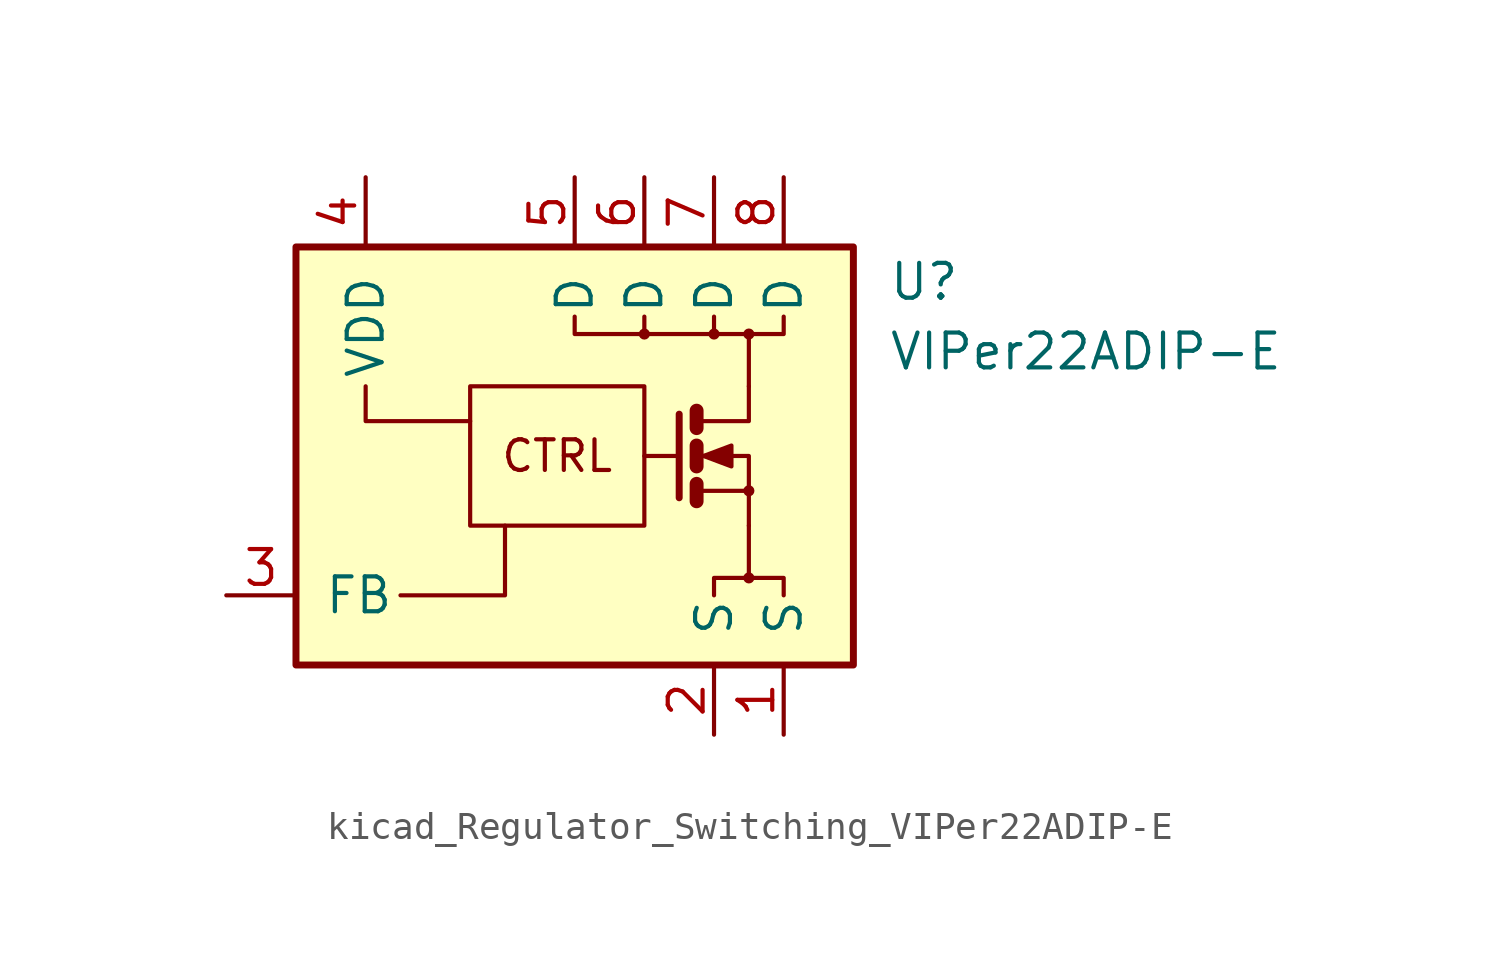
<source format=kicad_sym>
(kicad_symbol_lib
  (version 20220914)
  (generator kicad_symbol_editor)
  (symbol "kicad_Regulator_Switching_VIPer22ADIP-E"
    (pin_names
      (offset 1.016))
    (property "Reference" "U"
      (at 11.43 6.35 0)
      (effects (font (size 1.27 1.27)) (justify left)))
    (property "Value" "VIPer22ADIP-E"
      (at 11.43 3.81 0)
      (effects (font (size 1.27 1.27)) (justify left)))
    (symbol "kicad_Regulator_Switching_VIPer22ADIP-E_0_0"
      (rectangle (start -10.16 7.62) (end 10.16 -7.62) (stroke (width 0.254) (type default)) (fill (type background)))
      (polyline (pts (xy 2.54 5.08) (xy 2.54 4.445)) (stroke (width 0) (type default)) (fill (type none)))
      (polyline (pts (xy 5.08 5.08) (xy 5.08 4.445)) (stroke (width 0) (type default)) (fill (type none)))
      (polyline (pts (xy 6.35 -2.54) (xy 6.35 -4.445)) (stroke (width 0) (type default)) (fill (type none)))
      (polyline (pts (xy 6.35 2.54) (xy 6.35 4.445)) (stroke (width 0) (type default)) (fill (type none)))
      (polyline (pts (xy 0 5.08) (xy 0 4.445) (xy 7.62 4.445) (xy 7.62 5.08)) (stroke (width 0) (type default)) (fill (type none)))
      (polyline (pts (xy 5.08 -5.08) (xy 5.08 -4.445) (xy 7.62 -4.445) (xy 7.62 -5.08)) (stroke (width 0) (type default)) (fill (type none)))
      (circle (center 2.54 4.445) (radius 0.127) (stroke (width 0) (type default)) (fill (type none)))
      (circle (center 5.08 4.445) (radius 0.127) (stroke (width 0) (type default)) (fill (type none)))
      (circle (center 6.35 -4.445) (radius 0.127) (stroke (width 0) (type default)) (fill (type none)))
      (circle (center 6.35 -1.27) (radius 0.127) (stroke (width 0) (type default)) (fill (type none)))
      (circle (center 6.35 4.445) (radius 0.127) (stroke (width 0) (type default)) (fill (type none)))
      (text "CTRL" (at -0.635 0 0) (effects (font (size 1.118 1.118)))))
    (symbol "kicad_Regulator_Switching_VIPer22ADIP-E_0_1"
      (rectangle (start -3.81 2.54) (end 2.54 -2.54) (stroke (width 0) (type default)) (fill (type none)))
      (polyline (pts (xy 3.81 0) (xy 2.54 0)) (stroke (width 0) (type default)) (fill (type none)))
      (polyline (pts (xy 4.445 -1.016) (xy 4.445 -1.651)) (stroke (width 0.508) (type default)) (fill (type none)))
      (polyline (pts (xy 4.445 0.381) (xy 4.445 -0.381)) (stroke (width 0.508) (type default)) (fill (type none)))
      (polyline (pts (xy 4.445 1.651) (xy 4.445 1.016)) (stroke (width 0.508) (type default)) (fill (type none)))
      (polyline (pts (xy -7.62 2.54) (xy -7.62 1.27) (xy -3.81 1.27)) (stroke (width 0) (type default)) (fill (type none)))
      (polyline (pts (xy -6.35 -5.08) (xy -2.54 -5.08) (xy -2.54 -2.54)) (stroke (width 0) (type default)) (fill (type none)))
      (polyline (pts (xy 3.81 1.524) (xy 3.81 -1.524) (xy 3.81 -1.524)) (stroke (width 0.254) (type default)) (fill (type none)))
      (polyline (pts (xy 4.572 -1.27) (xy 6.35 -1.27) (xy 6.35 -2.54) (xy 6.35 -2.54)) (stroke (width 0) (type default)) (fill (type none)))
      (polyline (pts (xy 4.572 1.27) (xy 6.35 1.27) (xy 6.35 2.54) (xy 6.35 2.54)) (stroke (width 0) (type default)) (fill (type none)))
      (polyline (pts (xy 4.572 0) (xy 5.08 0) (xy 6.35 0) (xy 6.35 -1.27) (xy 6.35 -1.27)) (stroke (width 0) (type default)) (fill (type none)))
      (polyline (pts (xy 4.699 0) (xy 5.715 0.381) (xy 5.715 -0.381) (xy 4.699 0) (xy 4.826 0) (xy 4.826 0)) (stroke (width 0) (type default)) (fill (type outline))))
    (symbol "kicad_Regulator_Switching_VIPer22ADIP-E_1_1"
      (pin passive line (at 7.62 -10.16 90) (length 2.54) (name "S" (effects (font (size 1.27 1.27)))) (number "1" (effects (font (size 1.27 1.27)))))
      (pin passive line (at 5.08 -10.16 90) (length 2.54) (name "S" (effects (font (size 1.27 1.27)))) (number "2" (effects (font (size 1.27 1.27)))))
      (pin input line (at -12.7 -5.08 0) (length 2.54) (name "FB" (effects (font (size 1.27 1.27)))) (number "3" (effects (font (size 1.27 1.27)))))
      (pin power_in line (at -7.62 10.16 270) (length 2.54) (name "VDD" (effects (font (size 1.27 1.27)))) (number "4" (effects (font (size 1.27 1.27)))))
      (pin passive line (at 0 10.16 270) (length 2.54) (name "D" (effects (font (size 1.27 1.27)))) (number "5" (effects (font (size 1.27 1.27)))))
      (pin passive line (at 2.54 10.16 270) (length 2.54) (name "D" (effects (font (size 1.27 1.27)))) (number "6" (effects (font (size 1.27 1.27)))))
      (pin passive line (at 5.08 10.16 270) (length 2.54) (name "D" (effects (font (size 1.27 1.27)))) (number "7" (effects (font (size 1.27 1.27)))))
      (pin passive line (at 7.62 10.16 270) (length 2.54) (name "D" (effects (font (size 1.27 1.27)))) (number "8" (effects (font (size 1.27 1.27))))))))
</source>
